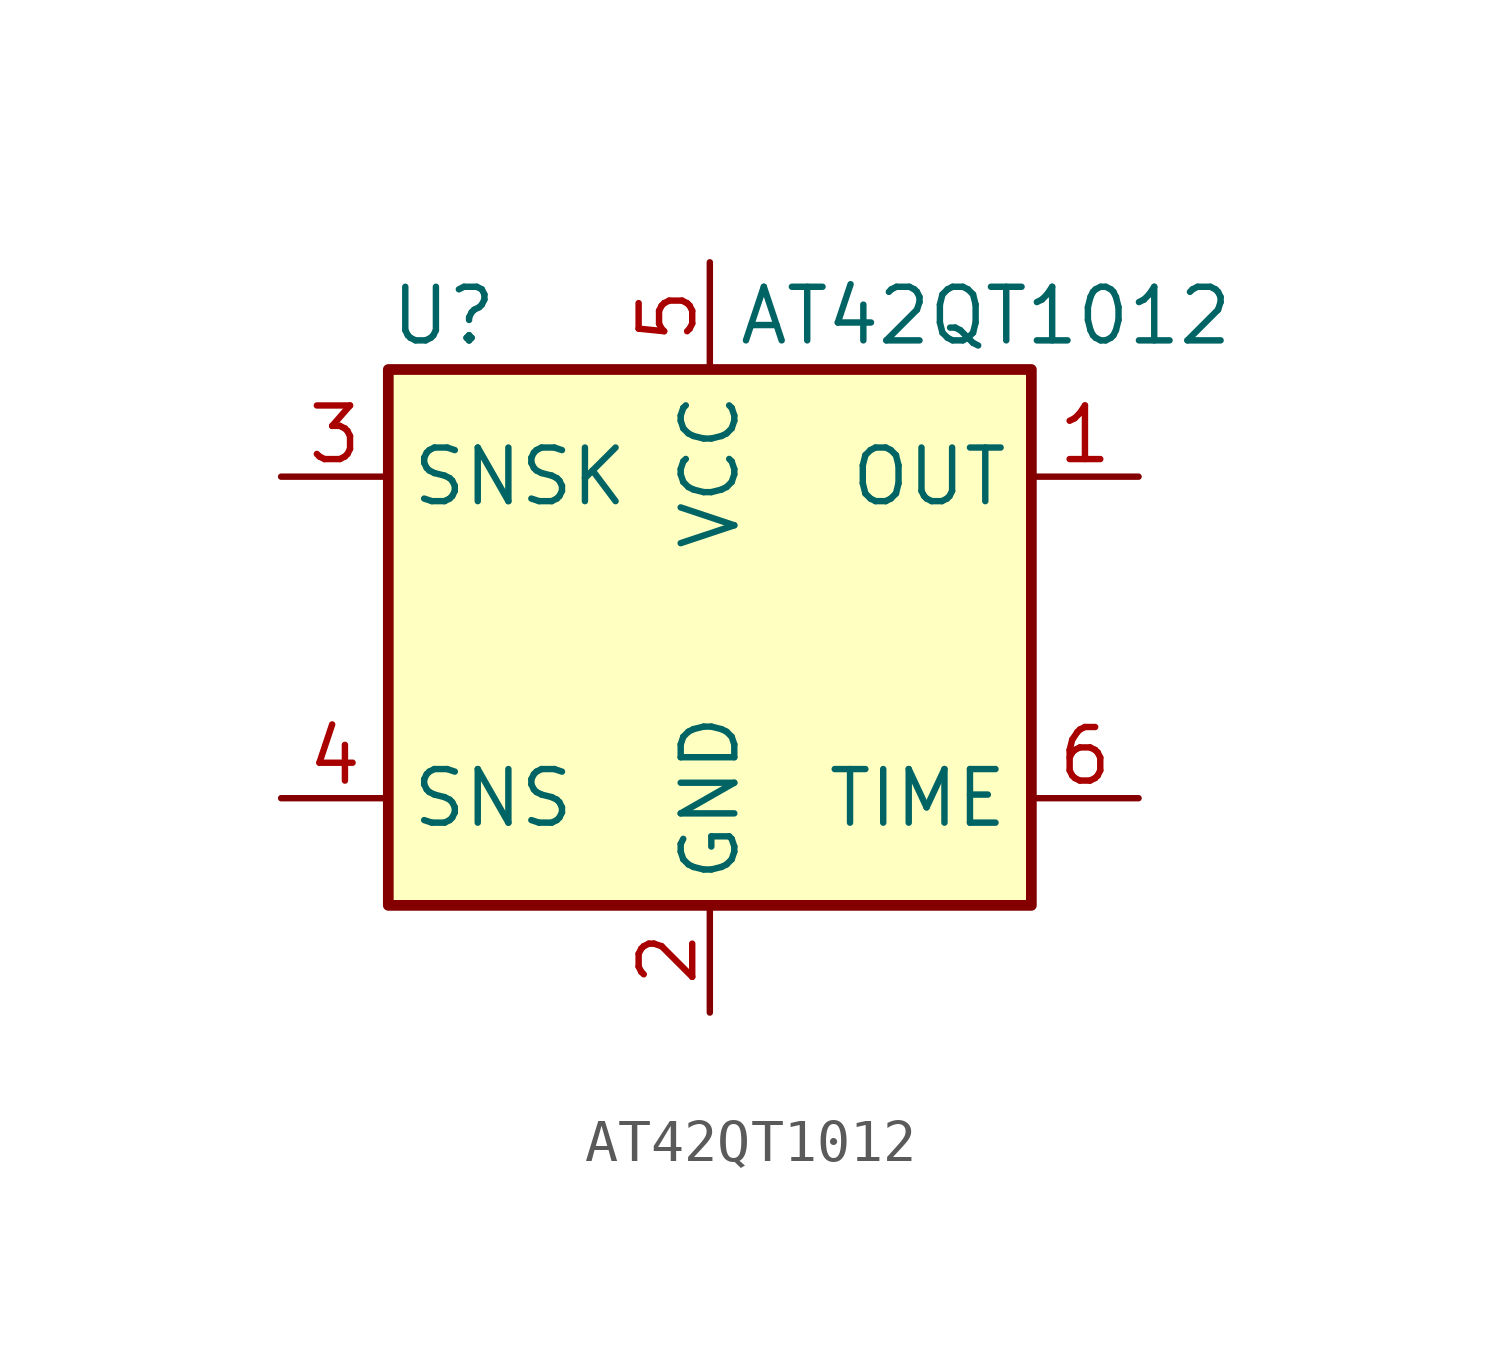
<source format=kicad_sym>
(kicad_symbol_lib
  (version 20220914)
  (generator kicad_symbol_editor)
  (symbol "AT42QT1012"
    (property "Reference" "U"
      (at -7.62 8.89 0)
      (effects (font (size 1.27 1.27)) (justify left)))
    (property "Value" "AT42QT1012"
      (at 0.635 8.89 0)
      (effects (font (size 1.27 1.27)) (justify left)))
    (symbol "AT42QT1012_0_1"
      (rectangle (start -7.62 7.62) (end 7.62 -5.08) (stroke (width 0.254) (type solid)) (fill (type background))))
    (symbol "AT42QT1012_1_1"
      (pin power_in line (at 10.16 5.08 180) (length 2.54) (name "OUT" (effects (font (size 1.27 1.27)))) (number "1" (effects (font (size 1.27 1.27)))))
      (pin power_in line (at 0 -7.62 90) (length 2.54) (name "GND" (effects (font (size 1.27 1.27)))) (number "2" (effects (font (size 1.27 1.27)))))
      (pin input line (at -10.16 5.08 0) (length 2.54) (name "SNSK" (effects (font (size 1.27 1.27)))) (number "3" (effects (font (size 1.27 1.27)))))
      (pin input line (at -10.16 -2.54 0) (length 2.54) (name "SNS" (effects (font (size 1.27 1.27)))) (number "4" (effects (font (size 1.27 1.27)))))
      (pin output line (at 0 10.16 270) (length 2.54) (name "VCC" (effects (font (size 1.27 1.27)))) (number "5" (effects (font (size 1.27 1.27)))))
      (pin input line (at 10.16 -2.54 180) (length 2.54) (name "TIME" (effects (font (size 1.27 1.27)))) (number "6" (effects (font (size 1.27 1.27))))))))
</source>
